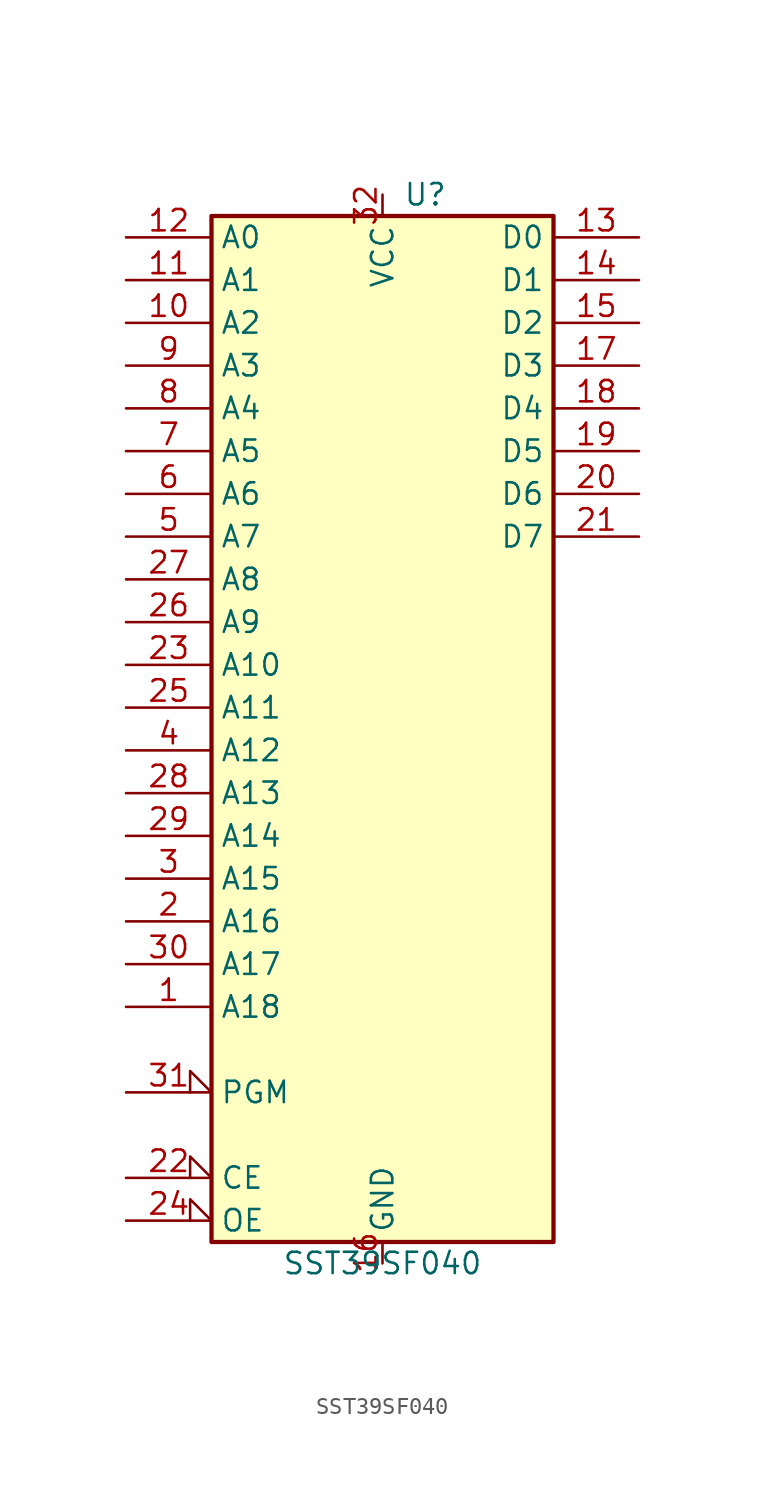
<source format=kicad_sym>
(kicad_symbol_lib
  (version 20211014)
  (generator kicad_symbol_editor)
  (symbol "SST39SF040"
    (property "Reference" "U"
      (at 2.54 33.02 0)
      (effects (font (size 1.27 1.27))))
    (property "Value" "SST39SF040"
      (at 0 -30.48 0)
      (effects (font (size 1.27 1.27))))
    (symbol "SST39SF040_0_0"
      (pin power_in line (at 0 -30.48 90) (length 1.27) (name "GND" (effects (font (size 1.27 1.27)))) (number "16" (effects (font (size 1.27 1.27)))))
      (pin power_in line (at 0 33.02 270) (length 1.27) (name "VCC" (effects (font (size 1.27 1.27)))) (number "32" (effects (font (size 1.27 1.27))))))
    (symbol "SST39SF040_0_1"
      (rectangle (start -10.16 31.75) (end 10.16 -29.21) (stroke (width 0.254) (type default) (color 0 0 0 0)) (fill (type background))))
    (symbol "SST39SF040_1_1"
      (pin input line (at -15.24 -15.24 0) (length 5.08) (name "A18" (effects (font (size 1.27 1.27)))) (number "1" (effects (font (size 1.27 1.27)))))
      (pin input line (at -15.24 25.4 0) (length 5.08) (name "A2" (effects (font (size 1.27 1.27)))) (number "10" (effects (font (size 1.27 1.27)))))
      (pin input line (at -15.24 27.94 0) (length 5.08) (name "A1" (effects (font (size 1.27 1.27)))) (number "11" (effects (font (size 1.27 1.27)))))
      (pin input line (at -15.24 30.48 0) (length 5.08) (name "A0" (effects (font (size 1.27 1.27)))) (number "12" (effects (font (size 1.27 1.27)))))
      (pin tri_state line (at 15.24 30.48 180) (length 5.08) (name "D0" (effects (font (size 1.27 1.27)))) (number "13" (effects (font (size 1.27 1.27)))))
      (pin tri_state line (at 15.24 27.94 180) (length 5.08) (name "D1" (effects (font (size 1.27 1.27)))) (number "14" (effects (font (size 1.27 1.27)))))
      (pin tri_state line (at 15.24 25.4 180) (length 5.08) (name "D2" (effects (font (size 1.27 1.27)))) (number "15" (effects (font (size 1.27 1.27)))))
      (pin tri_state line (at 15.24 22.86 180) (length 5.08) (name "D3" (effects (font (size 1.27 1.27)))) (number "17" (effects (font (size 1.27 1.27)))))
      (pin tri_state line (at 15.24 20.32 180) (length 5.08) (name "D4" (effects (font (size 1.27 1.27)))) (number "18" (effects (font (size 1.27 1.27)))))
      (pin tri_state line (at 15.24 17.78 180) (length 5.08) (name "D5" (effects (font (size 1.27 1.27)))) (number "19" (effects (font (size 1.27 1.27)))))
      (pin input line (at -15.24 -10.16 0) (length 5.08) (name "A16" (effects (font (size 1.27 1.27)))) (number "2" (effects (font (size 1.27 1.27)))))
      (pin tri_state line (at 15.24 15.24 180) (length 5.08) (name "D6" (effects (font (size 1.27 1.27)))) (number "20" (effects (font (size 1.27 1.27)))))
      (pin tri_state line (at 15.24 12.7 180) (length 5.08) (name "D7" (effects (font (size 1.27 1.27)))) (number "21" (effects (font (size 1.27 1.27)))))
      (pin input input_low (at -15.24 -25.4 0) (length 5.08) (name "CE" (effects (font (size 1.27 1.27)))) (number "22" (effects (font (size 1.27 1.27)))))
      (pin input line (at -15.24 5.08 0) (length 5.08) (name "A10" (effects (font (size 1.27 1.27)))) (number "23" (effects (font (size 1.27 1.27)))))
      (pin input input_low (at -15.24 -27.94 0) (length 5.08) (name "OE" (effects (font (size 1.27 1.27)))) (number "24" (effects (font (size 1.27 1.27)))))
      (pin input line (at -15.24 2.54 0) (length 5.08) (name "A11" (effects (font (size 1.27 1.27)))) (number "25" (effects (font (size 1.27 1.27)))))
      (pin input line (at -15.24 7.62 0) (length 5.08) (name "A9" (effects (font (size 1.27 1.27)))) (number "26" (effects (font (size 1.27 1.27)))))
      (pin input line (at -15.24 10.16 0) (length 5.08) (name "A8" (effects (font (size 1.27 1.27)))) (number "27" (effects (font (size 1.27 1.27)))))
      (pin input line (at -15.24 -2.54 0) (length 5.08) (name "A13" (effects (font (size 1.27 1.27)))) (number "28" (effects (font (size 1.27 1.27)))))
      (pin input line (at -15.24 -5.08 0) (length 5.08) (name "A14" (effects (font (size 1.27 1.27)))) (number "29" (effects (font (size 1.27 1.27)))))
      (pin input line (at -15.24 -7.62 0) (length 5.08) (name "A15" (effects (font (size 1.27 1.27)))) (number "3" (effects (font (size 1.27 1.27)))))
      (pin input line (at -15.24 -12.7 0) (length 5.08) (name "A17" (effects (font (size 1.27 1.27)))) (number "30" (effects (font (size 1.27 1.27)))))
      (pin input input_low (at -15.24 -20.32 0) (length 5.08) (name "PGM" (effects (font (size 1.27 1.27)))) (number "31" (effects (font (size 1.27 1.27)))))
      (pin input line (at -15.24 0 0) (length 5.08) (name "A12" (effects (font (size 1.27 1.27)))) (number "4" (effects (font (size 1.27 1.27)))))
      (pin input line (at -15.24 12.7 0) (length 5.08) (name "A7" (effects (font (size 1.27 1.27)))) (number "5" (effects (font (size 1.27 1.27)))))
      (pin input line (at -15.24 15.24 0) (length 5.08) (name "A6" (effects (font (size 1.27 1.27)))) (number "6" (effects (font (size 1.27 1.27)))))
      (pin input line (at -15.24 17.78 0) (length 5.08) (name "A5" (effects (font (size 1.27 1.27)))) (number "7" (effects (font (size 1.27 1.27)))))
      (pin input line (at -15.24 20.32 0) (length 5.08) (name "A4" (effects (font (size 1.27 1.27)))) (number "8" (effects (font (size 1.27 1.27)))))
      (pin input line (at -15.24 22.86 0) (length 5.08) (name "A3" (effects (font (size 1.27 1.27)))) (number "9" (effects (font (size 1.27 1.27))))))))
</source>
